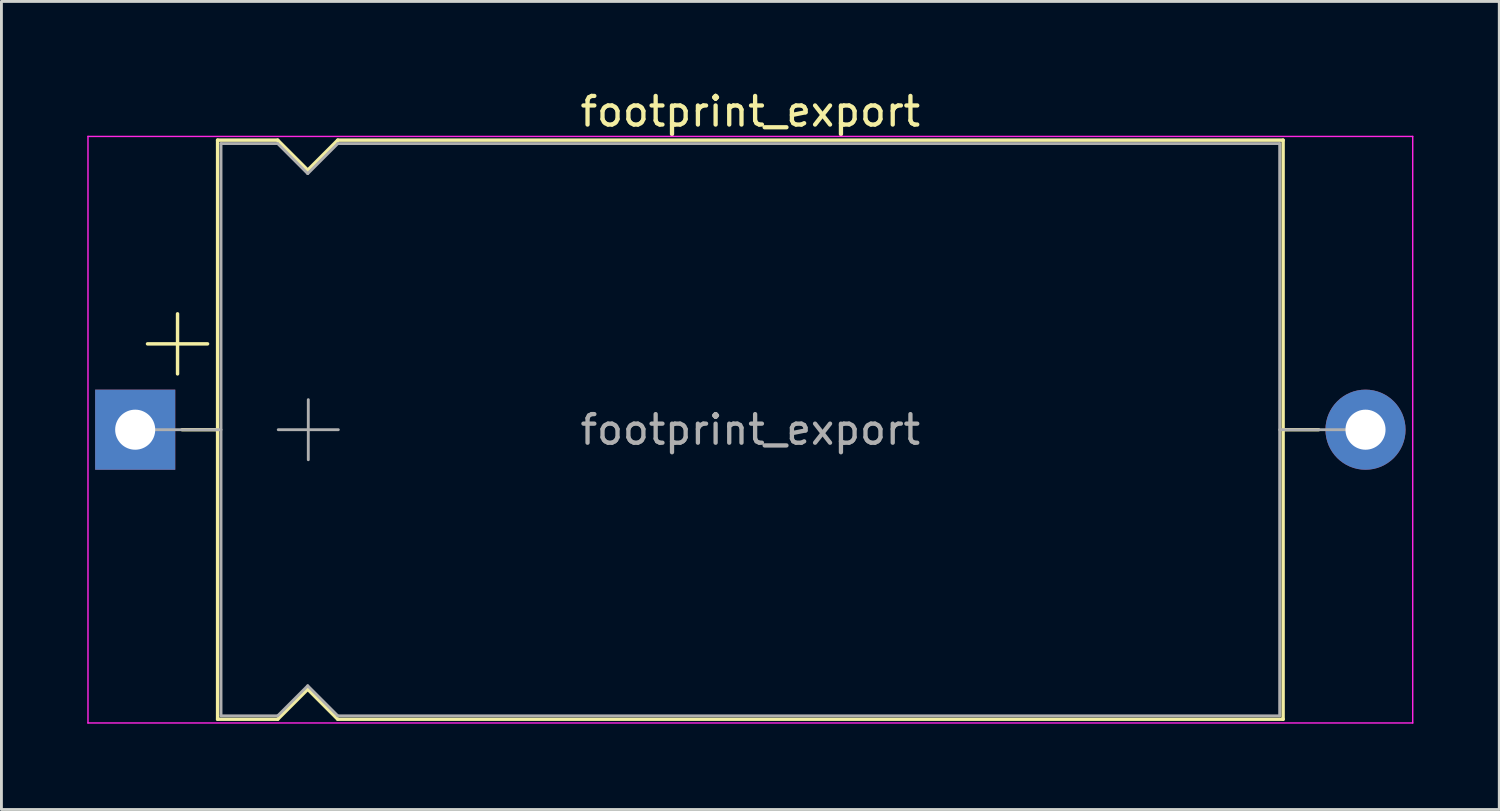
<source format=kicad_pcb>
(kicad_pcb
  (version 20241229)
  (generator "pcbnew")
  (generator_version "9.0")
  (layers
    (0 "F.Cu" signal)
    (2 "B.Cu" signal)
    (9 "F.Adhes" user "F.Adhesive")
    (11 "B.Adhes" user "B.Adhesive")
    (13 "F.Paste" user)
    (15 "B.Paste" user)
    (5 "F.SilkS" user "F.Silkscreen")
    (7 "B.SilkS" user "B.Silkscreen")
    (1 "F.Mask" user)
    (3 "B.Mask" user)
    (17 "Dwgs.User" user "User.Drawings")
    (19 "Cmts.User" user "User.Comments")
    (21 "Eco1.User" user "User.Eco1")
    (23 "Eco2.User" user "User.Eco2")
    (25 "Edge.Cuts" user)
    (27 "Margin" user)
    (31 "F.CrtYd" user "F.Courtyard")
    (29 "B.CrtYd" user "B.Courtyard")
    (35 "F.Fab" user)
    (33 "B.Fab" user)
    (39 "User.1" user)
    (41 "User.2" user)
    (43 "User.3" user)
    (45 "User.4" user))
  (footprint "footprint_export"
    (layer "F.Cu")
    (at 1.675 11.968)
    (property "Reference" "footprint_export" (at 21.5 -11.12 0) (layer "F.SilkS") (effects (font (size 1 1) (thickness 0.15))))
    (attr through_hole)
    (fp_line (start 0.43 -3) (end 2.53 -3) (stroke (width 0.12) (type solid)) (layer "F.SilkS"))
    (fp_line (start 1.48 -4.05) (end 1.48 -1.95) (stroke (width 0.12) (type solid)) (layer "F.SilkS"))
    (fp_line (start 1.64 0) (end 2.88 0) (stroke (width 0.12) (type solid)) (layer "F.SilkS"))
    (fp_line (start 2.88 -10.12) (end 2.88 10.12) (stroke (width 0.12) (type solid)) (layer "F.SilkS"))
    (fp_line (start 2.88 -10.12) (end 4.98 -10.12) (stroke (width 0.12) (type solid)) (layer "F.SilkS"))
    (fp_line (start 2.88 10.12) (end 4.98 10.12) (stroke (width 0.12) (type solid)) (layer "F.SilkS"))
    (fp_line (start 4.98 -10.12) (end 6.03 -9.07) (stroke (width 0.12) (type solid)) (layer "F.SilkS"))
    (fp_line (start 4.98 10.12) (end 6.03 9.07) (stroke (width 0.12) (type solid)) (layer "F.SilkS"))
    (fp_line (start 6.03 -9.07) (end 7.08 -10.12) (stroke (width 0.12) (type solid)) (layer "F.SilkS"))
    (fp_line (start 6.03 9.07) (end 7.08 10.12) (stroke (width 0.12) (type solid)) (layer "F.SilkS"))
    (fp_line (start 7.08 -10.12) (end 40.12 -10.12) (stroke (width 0.12) (type solid)) (layer "F.SilkS"))
    (fp_line (start 7.08 10.12) (end 40.12 10.12) (stroke (width 0.12) (type solid)) (layer "F.SilkS"))
    (fp_line (start 40.12 -10.12) (end 40.12 10.12) (stroke (width 0.12) (type solid)) (layer "F.SilkS"))
    (fp_line (start 41.36 0) (end 40.12 0) (stroke (width 0.12) (type solid)) (layer "F.SilkS"))
    (fp_line (start -1.65 -10.25) (end -1.65 10.25) (stroke (width 0.05) (type solid)) (layer "F.CrtYd"))
    (fp_line (start -1.65 10.25) (end 44.65 10.25) (stroke (width 0.05) (type solid)) (layer "F.CrtYd"))
    (fp_line (start 44.65 -10.25) (end -1.65 -10.25) (stroke (width 0.05) (type solid)) (layer "F.CrtYd"))
    (fp_line (start 44.65 10.25) (end 44.65 -10.25) (stroke (width 0.05) (type solid)) (layer "F.CrtYd"))
    (fp_line (start 0 0) (end 3 0) (stroke (width 0.1) (type solid)) (layer "F.Fab"))
    (fp_line (start 3 -10) (end 3 10) (stroke (width 0.1) (type solid)) (layer "F.Fab"))
    (fp_line (start 3 -10) (end 4.98 -10) (stroke (width 0.1) (type solid)) (layer "F.Fab"))
    (fp_line (start 3 10) (end 4.98 10) (stroke (width 0.1) (type solid)) (layer "F.Fab"))
    (fp_line (start 4.98 -10) (end 6.03 -8.95) (stroke (width 0.1) (type solid)) (layer "F.Fab"))
    (fp_line (start 4.98 10) (end 6.03 8.95) (stroke (width 0.1) (type solid)) (layer "F.Fab"))
    (fp_line (start 5 0) (end 7.1 0) (stroke (width 0.1) (type solid)) (layer "F.Fab"))
    (fp_line (start 6.03 -8.95) (end 7.08 -10) (stroke (width 0.1) (type solid)) (layer "F.Fab"))
    (fp_line (start 6.03 8.95) (end 7.08 10) (stroke (width 0.1) (type solid)) (layer "F.Fab"))
    (fp_line (start 6.05 -1.05) (end 6.05 1.05) (stroke (width 0.1) (type solid)) (layer "F.Fab"))
    (fp_line (start 7.08 -10) (end 40 -10) (stroke (width 0.1) (type solid)) (layer "F.Fab"))
    (fp_line (start 7.08 10) (end 40 10) (stroke (width 0.1) (type solid)) (layer "F.Fab"))
    (fp_line (start 40 -10) (end 40 10) (stroke (width 0.1) (type solid)) (layer "F.Fab"))
    (fp_line (start 43 0) (end 40 0) (stroke (width 0.1) (type solid)) (layer "F.Fab"))
    (fp_text user "${REFERENCE}" (at 21.5 0 0) (layer "F.Fab") (effects (font (size 1 1) (thickness 0.15))))
    (pad "1" thru_hole rect (at 0 0) (size 2.8 2.8) (drill 1.4) (layers "*.Cu" "*.Mask"))
    (pad "2" thru_hole oval (at 43 0) (size 2.8 2.8) (drill 1.4) (layers "*.Cu" "*.Mask")))
  (gr_rect
    (start -3 -3)
    (end 49.35 25.243)
    (stroke (width 0.1) (type default))
    (fill no)
    (layer "Edge.Cuts")))
</source>
